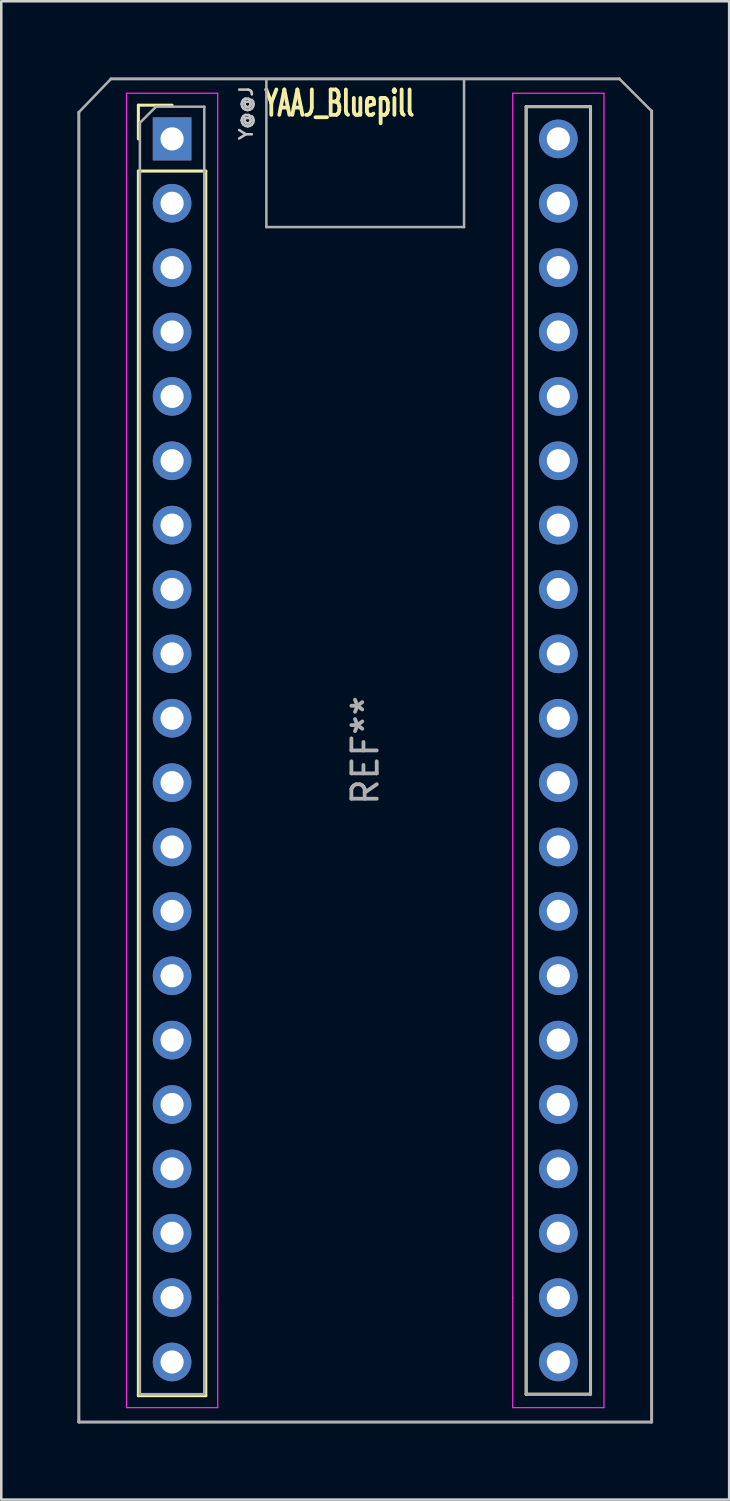
<source format=kicad_pcb>
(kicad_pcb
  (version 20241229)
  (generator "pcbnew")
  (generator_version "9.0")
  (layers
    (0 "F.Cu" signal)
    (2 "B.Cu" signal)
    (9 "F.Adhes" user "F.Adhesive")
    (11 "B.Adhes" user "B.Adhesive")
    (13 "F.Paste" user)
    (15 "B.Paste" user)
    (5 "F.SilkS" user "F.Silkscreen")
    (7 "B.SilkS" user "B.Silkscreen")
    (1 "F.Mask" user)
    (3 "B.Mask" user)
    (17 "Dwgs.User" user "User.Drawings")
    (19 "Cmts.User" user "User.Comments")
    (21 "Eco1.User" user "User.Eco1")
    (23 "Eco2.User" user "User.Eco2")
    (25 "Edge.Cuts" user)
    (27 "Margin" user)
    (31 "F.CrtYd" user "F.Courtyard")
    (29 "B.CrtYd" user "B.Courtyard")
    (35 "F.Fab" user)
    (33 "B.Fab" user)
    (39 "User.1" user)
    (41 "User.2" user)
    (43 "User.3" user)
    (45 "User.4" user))
  (footprint "YAAJ_Bluepill"
    (layer "F.Cu")
    (at 3.74 2.43)
    (property "Reference" "YAAJ_Bluepill" (at 6.6 -1.404 0) (layer "F.SilkS") (effects (font (size 1 0.6) (thickness 0.15))))
    (attr through_hole)
    (fp_line (start -1.33 -1.33) (end 0 -1.33) (stroke (width 0.12) (type solid)) (layer "F.SilkS"))
    (fp_line (start -1.33 0) (end -1.33 -1.33) (stroke (width 0.12) (type solid)) (layer "F.SilkS"))
    (fp_line (start -1.33 1.27) (end 1.33 1.27) (stroke (width 0.12) (type solid)) (layer "F.SilkS"))
    (fp_line (start -1.33 49.59) (end -1.33 1.27) (stroke (width 0.12) (type solid)) (layer "F.SilkS"))
    (fp_line (start 1.33 1.27) (end 1.33 49.59) (stroke (width 0.12) (type solid)) (layer "F.SilkS"))
    (fp_line (start 1.33 49.59) (end -1.33 49.59) (stroke (width 0.12) (type solid)) (layer "F.SilkS"))
    (fp_line (start 13.97 -1.27) (end 16.51 -1.27) (stroke (width 0.12) (type solid)) (layer "F.SilkS"))
    (fp_line (start 13.97 49.53) (end 13.97 -1.27) (stroke (width 0.12) (type solid)) (layer "F.SilkS"))
    (fp_line (start 16.51 -1.27) (end 16.51 49.53) (stroke (width 0.12) (type solid)) (layer "F.SilkS"))
    (fp_line (start 16.51 49.53) (end 13.97 49.53) (stroke (width 0.12) (type solid)) (layer "F.SilkS"))
    (fp_line (start -1.8 -1.8) (end -1.8 50.06) (stroke (width 0.05) (type solid)) (layer "F.CrtYd"))
    (fp_line (start -1.8 50.06) (end 1.8 50.06) (stroke (width 0.05) (type solid)) (layer "F.CrtYd"))
    (fp_line (start 1.8 -1.8) (end -1.8 -1.8) (stroke (width 0.05) (type solid)) (layer "F.CrtYd"))
    (fp_line (start 1.8 -1.8) (end 1.8 45.72) (stroke (width 0.05) (type solid)) (layer "F.CrtYd"))
    (fp_line (start 1.8 45.72) (end 1.8 50.06) (stroke (width 0.05) (type solid)) (layer "F.CrtYd"))
    (fp_line (start 13.44 -1.8) (end 13.44 45.72) (stroke (width 0.05) (type solid)) (layer "F.CrtYd"))
    (fp_line (start 13.44 -1.8) (end 17.04 -1.8) (stroke (width 0.05) (type solid)) (layer "F.CrtYd"))
    (fp_line (start 13.44 45.72) (end 13.44 50.06) (stroke (width 0.05) (type solid)) (layer "F.CrtYd"))
    (fp_line (start 17.04 -1.8) (end 17.04 50.06) (stroke (width 0.05) (type solid)) (layer "F.CrtYd"))
    (fp_line (start 17.04 50.06) (end 13.44 50.06) (stroke (width 0.05) (type solid)) (layer "F.CrtYd"))
    (fp_line (start -3.68 -1.05) (end -2.41 -2.37) (stroke (width 0.1) (type solid)) (layer "F.Fab"))
    (fp_line (start -3.68 50.63) (end -3.68 -1.05) (stroke (width 0.12) (type solid)) (layer "F.Fab"))
    (fp_line (start -3.68 50.63) (end 18.92 50.63) (stroke (width 0.12) (type solid)) (layer "F.Fab"))
    (fp_line (start -2.41 -2.37) (end 17.65 -2.37) (stroke (width 0.12) (type solid)) (layer "F.Fab"))
    (fp_line (start -1.27 -0.635) (end -0.635 -1.27) (stroke (width 0.1) (type solid)) (layer "F.Fab"))
    (fp_line (start -1.27 49.53) (end -1.27 -0.635) (stroke (width 0.1) (type solid)) (layer "F.Fab"))
    (fp_line (start -0.635 -1.27) (end 1.27 -1.27) (stroke (width 0.1) (type solid)) (layer "F.Fab"))
    (fp_line (start 1.27 -1.27) (end 1.27 49.53) (stroke (width 0.1) (type solid)) (layer "F.Fab"))
    (fp_line (start 1.27 49.53) (end -1.27 49.53) (stroke (width 0.1) (type solid)) (layer "F.Fab"))
    (fp_line (start 3.72 3.48) (end 3.72 -2.32) (stroke (width 0.1) (type solid)) (layer "F.Fab"))
    (fp_line (start 3.72 3.48) (end 11.52 3.48) (stroke (width 0.1) (type solid)) (layer "F.Fab"))
    (fp_line (start 11.52 3.48) (end 11.52 -2.32) (stroke (width 0.1) (type solid)) (layer "F.Fab"))
    (fp_line (start 13.97 -1.27) (end 16.51 -1.27) (stroke (width 0.1) (type solid)) (layer "F.Fab"))
    (fp_line (start 13.97 49.53) (end 13.97 -1.27) (stroke (width 0.1) (type solid)) (layer "F.Fab"))
    (fp_line (start 16.51 -1.27) (end 16.51 49.53) (stroke (width 0.1) (type solid)) (layer "F.Fab"))
    (fp_line (start 16.51 49.53) (end 13.97 49.53) (stroke (width 0.1) (type solid)) (layer "F.Fab"))
    (fp_line (start 18.92 -1.1) (end 17.65 -2.37) (stroke (width 0.1) (type solid)) (layer "F.Fab"))
    (fp_line (start 18.92 -1.1) (end 18.92 50.63) (stroke (width 0.12) (type solid)) (layer "F.Fab"))
    (fp_text user "Y@@J" (at 2.921 -1.016 90) (unlocked yes) (layer "Dwgs.User") (effects (font (size 0.5 0.5) (thickness 0.1))))
    (fp_text user "REF**" (at 7.62 24.13 90) (layer "F.Fab") (effects (font (size 1 1) (thickness 0.15))))
    (pad "1" thru_hole rect (at 0 0) (size 1.524 1.7) (drill 0.914) (layers "*.Cu" "*.Mask"))
    (pad "2" thru_hole circle (at 0 2.54) (size 1.524 1.524) (drill 0.914) (layers "*.Cu" "*.Mask"))
    (pad "3" thru_hole circle (at 0 5.08) (size 1.524 1.524) (drill 0.914) (layers "*.Cu" "*.Mask"))
    (pad "4" thru_hole circle (at 0 7.62) (size 1.524 1.524) (drill 0.914) (layers "*.Cu" "*.Mask"))
    (pad "5" thru_hole circle (at 0 10.16) (size 1.524 1.524) (drill 0.914) (layers "*.Cu" "*.Mask"))
    (pad "6" thru_hole circle (at 0 12.7) (size 1.524 1.524) (drill 0.914) (layers "*.Cu" "*.Mask"))
    (pad "7" thru_hole circle (at 0 15.24) (size 1.524 1.524) (drill 0.914) (layers "*.Cu" "*.Mask"))
    (pad "8" thru_hole circle (at 0 17.78) (size 1.524 1.524) (drill 0.914) (layers "*.Cu" "*.Mask"))
    (pad "9" thru_hole circle (at 0 20.32) (size 1.524 1.524) (drill 0.914) (layers "*.Cu" "*.Mask"))
    (pad "10" thru_hole circle (at 0 22.86) (size 1.524 1.524) (drill 0.914) (layers "*.Cu" "*.Mask"))
    (pad "11" thru_hole circle (at 0 25.4) (size 1.524 1.524) (drill 0.914) (layers "*.Cu" "*.Mask"))
    (pad "12" thru_hole circle (at 0 27.94) (size 1.524 1.524) (drill 0.914) (layers "*.Cu" "*.Mask"))
    (pad "13" thru_hole circle (at 0 30.48) (size 1.524 1.524) (drill 0.914) (layers "*.Cu" "*.Mask"))
    (pad "14" thru_hole circle (at 0 33.02) (size 1.524 1.524) (drill 0.914) (layers "*.Cu" "*.Mask"))
    (pad "15" thru_hole circle (at 0 35.56) (size 1.524 1.524) (drill 0.914) (layers "*.Cu" "*.Mask"))
    (pad "16" thru_hole circle (at 0 38.1) (size 1.524 1.524) (drill 0.914) (layers "*.Cu" "*.Mask"))
    (pad "17" thru_hole circle (at 0 40.64) (size 1.524 1.524) (drill 0.914) (layers "*.Cu" "*.Mask"))
    (pad "18" thru_hole circle (at 0 43.18) (size 1.524 1.524) (drill 0.914) (layers "*.Cu" "*.Mask"))
    (pad "19" thru_hole circle (at 0 45.72) (size 1.524 1.524) (drill 0.914) (layers "*.Cu" "*.Mask"))
    (pad "20" thru_hole circle (at 0 48.26) (size 1.524 1.524) (drill 0.914) (layers "*.Cu" "*.Mask"))
    (pad "21" thru_hole circle (at 15.24 48.26) (size 1.524 1.524) (drill 0.914) (layers "*.Cu" "*.Mask"))
    (pad "22" thru_hole circle (at 15.24 45.72) (size 1.524 1.524) (drill 0.914) (layers "*.Cu" "*.Mask"))
    (pad "23" thru_hole circle (at 15.24 43.18) (size 1.524 1.524) (drill 0.914) (layers "*.Cu" "*.Mask"))
    (pad "24" thru_hole circle (at 15.24 40.64) (size 1.524 1.524) (drill 0.914) (layers "*.Cu" "*.Mask"))
    (pad "25" thru_hole circle (at 15.24 38.1) (size 1.524 1.524) (drill 0.914) (layers "*.Cu" "*.Mask"))
    (pad "26" thru_hole circle (at 15.24 35.56) (size 1.524 1.524) (drill 0.914) (layers "*.Cu" "*.Mask"))
    (pad "27" thru_hole circle (at 15.24 33.02) (size 1.524 1.524) (drill 0.914) (layers "*.Cu" "*.Mask"))
    (pad "28" thru_hole circle (at 15.24 30.48) (size 1.524 1.524) (drill 0.914) (layers "*.Cu" "*.Mask"))
    (pad "29" thru_hole circle (at 15.24 27.94) (size 1.524 1.524) (drill 0.914) (layers "*.Cu" "*.Mask"))
    (pad "30" thru_hole circle (at 15.24 25.4) (size 1.524 1.524) (drill 0.914) (layers "*.Cu" "*.Mask"))
    (pad "31" thru_hole circle (at 15.24 22.86) (size 1.524 1.524) (drill 0.914) (layers "*.Cu" "*.Mask"))
    (pad "32" thru_hole circle (at 15.24 20.32) (size 1.524 1.524) (drill 0.914) (layers "*.Cu" "*.Mask"))
    (pad "33" thru_hole circle (at 15.24 17.78) (size 1.524 1.524) (drill 0.914) (layers "*.Cu" "*.Mask"))
    (pad "34" thru_hole circle (at 15.24 15.24) (size 1.524 1.524) (drill 0.914) (layers "*.Cu" "*.Mask"))
    (pad "35" thru_hole circle (at 15.24 12.7) (size 1.524 1.524) (drill 0.914) (layers "*.Cu" "*.Mask"))
    (pad "36" thru_hole circle (at 15.24 10.16) (size 1.524 1.524) (drill 0.914) (layers "*.Cu" "*.Mask"))
    (pad "37" thru_hole circle (at 15.24 7.62) (size 1.524 1.524) (drill 0.914) (layers "*.Cu" "*.Mask"))
    (pad "38" thru_hole circle (at 15.24 5.08) (size 1.524 1.524) (drill 0.914) (layers "*.Cu" "*.Mask"))
    (pad "39" thru_hole circle (at 15.24 2.54) (size 1.524 1.524) (drill 0.914) (layers "*.Cu" "*.Mask"))
    (pad "40" thru_hole circle (at 15.24 0) (size 1.524 1.524) (drill 0.914) (layers "*.Cu" "*.Mask")))
  (gr_rect
    (start -3 -3)
    (end 25.72 56.12)
    (stroke (width 0.1) (type default))
    (fill no)
    (layer "Edge.Cuts")))
</source>
